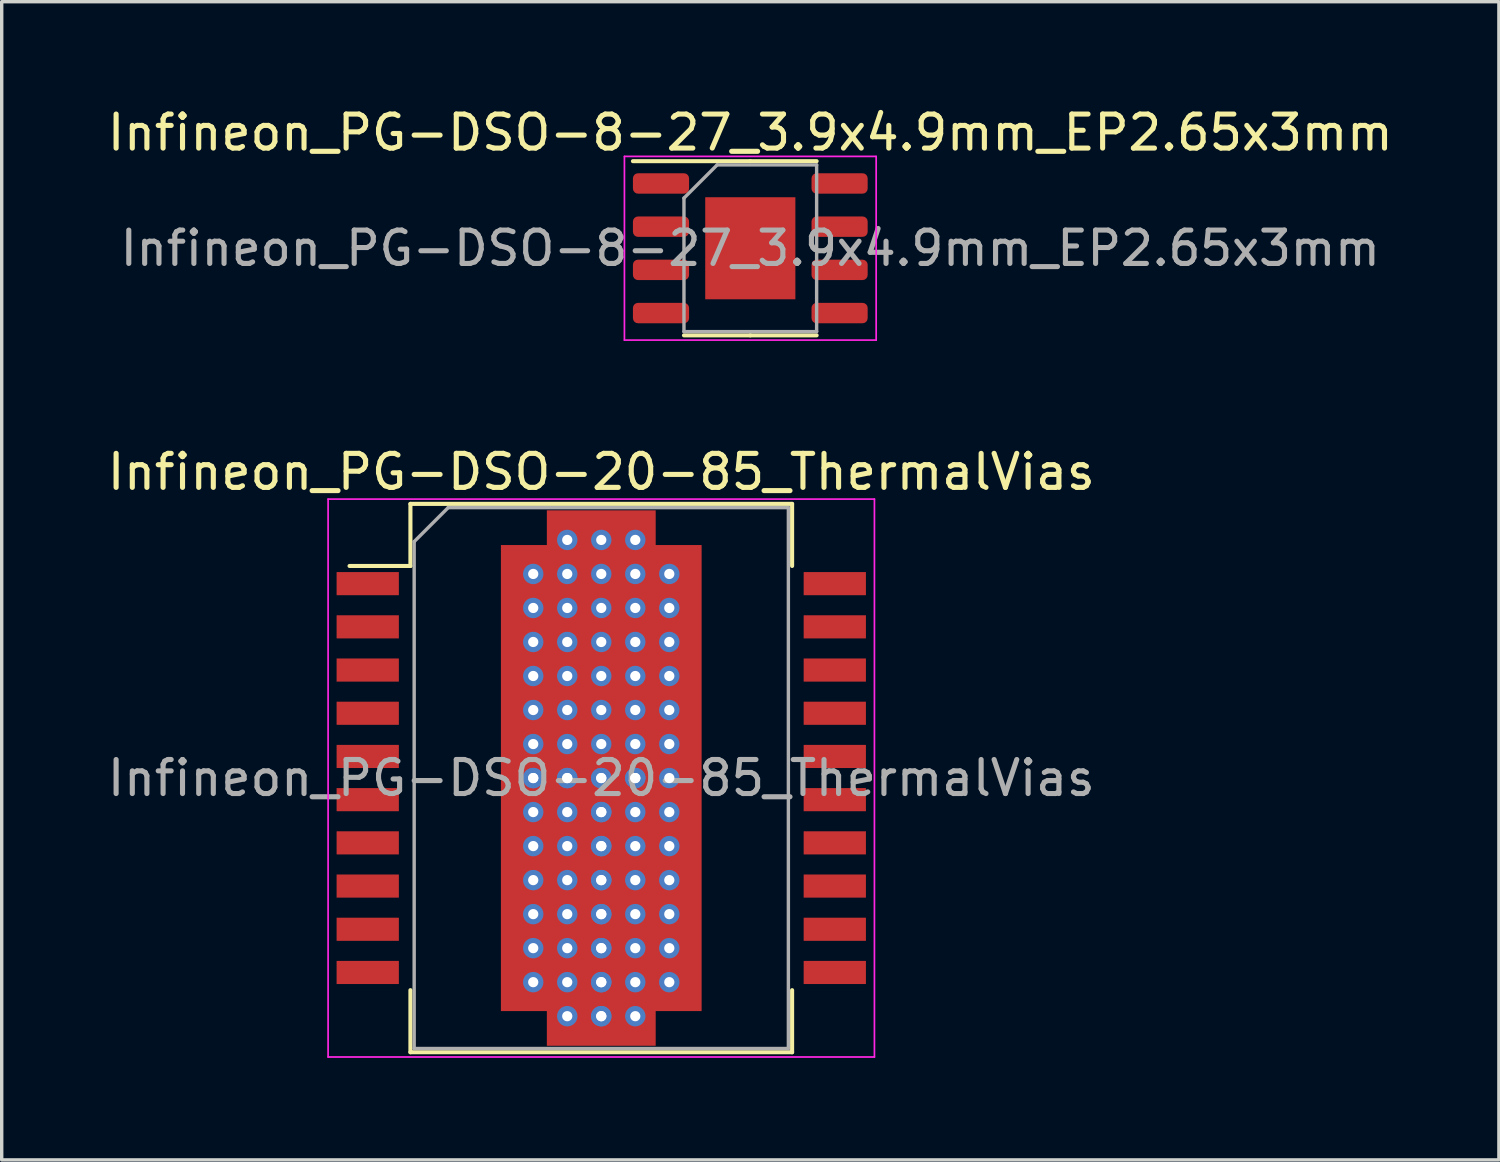
<source format=kicad_pcb>
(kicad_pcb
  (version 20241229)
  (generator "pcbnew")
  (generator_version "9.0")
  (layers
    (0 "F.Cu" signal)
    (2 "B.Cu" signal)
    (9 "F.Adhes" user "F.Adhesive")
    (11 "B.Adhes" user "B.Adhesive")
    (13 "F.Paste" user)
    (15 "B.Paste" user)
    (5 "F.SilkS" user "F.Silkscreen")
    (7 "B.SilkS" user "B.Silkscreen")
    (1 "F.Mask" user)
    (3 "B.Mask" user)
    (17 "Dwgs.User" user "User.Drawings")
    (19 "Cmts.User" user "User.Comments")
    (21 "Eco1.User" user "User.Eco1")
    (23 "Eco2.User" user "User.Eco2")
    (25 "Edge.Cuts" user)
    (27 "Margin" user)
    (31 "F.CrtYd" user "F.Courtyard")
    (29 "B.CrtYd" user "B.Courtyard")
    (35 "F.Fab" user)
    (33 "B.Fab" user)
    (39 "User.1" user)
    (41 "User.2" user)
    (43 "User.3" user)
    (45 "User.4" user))
  (footprint "Infineon_PG-DSO-20-85_ThermalVias"
    (layer "F.Cu")
    (at 14.625 19.822)
    (property "Reference" "Infineon_PG-DSO-20-85_ThermalVias" (at 0 -9 0) (layer "F.SilkS") (effects (font (size 1 1) (thickness 0.15))))
    (attr smd)
    (fp_line (start -7.4 -6.235) (end -5.61 -6.235) (stroke (width 0.12) (type solid)) (layer "F.SilkS"))
    (fp_line (start -5.61 -8.06) (end 5.61 -8.06) (stroke (width 0.12) (type solid)) (layer "F.SilkS"))
    (fp_line (start -5.61 -6.235) (end -5.61 -8.06) (stroke (width 0.12) (type solid)) (layer "F.SilkS"))
    (fp_line (start -5.61 6.235) (end -5.61 8.06) (stroke (width 0.12) (type solid)) (layer "F.SilkS"))
    (fp_line (start 5.61 -6.235) (end 5.61 -8.06) (stroke (width 0.12) (type solid)) (layer "F.SilkS"))
    (fp_line (start 5.61 6.235) (end 5.61 8.06) (stroke (width 0.12) (type solid)) (layer "F.SilkS"))
    (fp_line (start 5.61 8.06) (end -5.61 8.06) (stroke (width 0.12) (type solid)) (layer "F.SilkS"))
    (fp_line (start -8.03 -8.2) (end 8.03 -8.2) (stroke (width 0.05) (type solid)) (layer "F.CrtYd"))
    (fp_line (start -8.03 8.2) (end -8.03 -8.2) (stroke (width 0.05) (type solid)) (layer "F.CrtYd"))
    (fp_line (start -8.03 8.2) (end 8.03 8.2) (stroke (width 0.05) (type solid)) (layer "F.CrtYd"))
    (fp_line (start 8.03 8.2) (end 8.03 -8.2) (stroke (width 0.05) (type solid)) (layer "F.CrtYd"))
    (fp_line (start -5.5 -6.95) (end -4.5 -7.95) (stroke (width 0.1) (type solid)) (layer "F.Fab"))
    (fp_line (start -5.5 7.95) (end -5.5 -6.95) (stroke (width 0.1) (type solid)) (layer "F.Fab"))
    (fp_line (start -4.5 -7.95) (end 5.5 -7.95) (stroke (width 0.1) (type solid)) (layer "F.Fab"))
    (fp_line (start 5.5 -7.95) (end 5.5 7.95) (stroke (width 0.1) (type solid)) (layer "F.Fab"))
    (fp_line (start 5.5 7.95) (end -5.5 7.95) (stroke (width 0.1) (type solid)) (layer "F.Fab"))
    (fp_text user "${REFERENCE}" (at 0 0 0) (layer "F.Fab") (effects (font (size 1 1) (thickness 0.15))))
    (pad "" smd rect (at -1.4 -4.95) (size 2.4 2.8) (layers "F.Paste"))
    (pad "" smd rect (at -1.4 -1.65) (size 2.4 2.8) (layers "F.Paste"))
    (pad "" smd rect (at -1.4 1.65) (size 2.4 2.8) (layers "F.Paste"))
    (pad "" smd rect (at -1.4 4.95) (size 2.4 2.8) (layers "F.Paste"))
    (pad "" smd rect (at 0 -7.36) (size 3.2 1) (layers "F.Paste"))
    (pad "" smd rect (at 0 7.36) (size 3.2 1) (layers "F.Paste"))
    (pad "" smd rect (at 1.4 -4.95) (size 2.4 2.8) (layers "F.Paste"))
    (pad "" smd rect (at 1.4 -1.65) (size 2.4 2.8) (layers "F.Paste"))
    (pad "" smd rect (at 1.4 1.65) (size 2.4 2.8) (layers "F.Paste"))
    (pad "" smd rect (at 1.4 4.95) (size 2.4 2.8) (layers "F.Paste"))
    (pad "1" smd rect (at -6.865 -5.715) (size 1.83 0.68) (layers "F.Cu" "F.Mask" "F.Paste"))
    (pad "1" thru_hole circle (at -2 -6) (size 0.6 0.6) (drill 0.3) (layers "*.Cu" "*.Mask"))
    (pad "1" thru_hole circle (at -2 -5) (size 0.6 0.6) (drill 0.3) (layers "*.Cu" "*.Mask"))
    (pad "1" thru_hole circle (at -2 -4) (size 0.6 0.6) (drill 0.3) (layers "*.Cu" "*.Mask"))
    (pad "1" thru_hole circle (at -2 -3) (size 0.6 0.6) (drill 0.3) (layers "*.Cu" "*.Mask"))
    (pad "1" thru_hole circle (at -2 -2) (size 0.6 0.6) (drill 0.3) (layers "*.Cu" "*.Mask"))
    (pad "1" thru_hole circle (at -2 -1) (size 0.6 0.6) (drill 0.3) (layers "*.Cu" "*.Mask"))
    (pad "1" thru_hole circle (at -2 0) (size 0.6 0.6) (drill 0.3) (layers "*.Cu" "*.Mask"))
    (pad "1" thru_hole circle (at -2 0) (size 0.6 0.6) (drill 0.3) (layers "*.Cu" "*.Mask"))
    (pad "1" thru_hole circle (at -2 1) (size 0.6 0.6) (drill 0.3) (layers "*.Cu" "*.Mask"))
    (pad "1" thru_hole circle (at -2 2) (size 0.6 0.6) (drill 0.3) (layers "*.Cu" "*.Mask"))
    (pad "1" thru_hole circle (at -2 3) (size 0.6 0.6) (drill 0.3) (layers "*.Cu" "*.Mask"))
    (pad "1" thru_hole circle (at -2 4) (size 0.6 0.6) (drill 0.3) (layers "*.Cu" "*.Mask"))
    (pad "1" thru_hole circle (at -2 5) (size 0.6 0.6) (drill 0.3) (layers "*.Cu" "*.Mask"))
    (pad "1" thru_hole circle (at -2 6) (size 0.6 0.6) (drill 0.3) (layers "*.Cu" "*.Mask"))
    (pad "1" thru_hole circle (at -1 -7) (size 0.6 0.6) (drill 0.3) (layers "*.Cu" "*.Mask"))
    (pad "1" thru_hole circle (at -1 -6) (size 0.6 0.6) (drill 0.3) (layers "*.Cu" "*.Mask"))
    (pad "1" thru_hole circle (at -1 -5) (size 0.6 0.6) (drill 0.3) (layers "*.Cu" "*.Mask"))
    (pad "1" thru_hole circle (at -1 -4) (size 0.6 0.6) (drill 0.3) (layers "*.Cu" "*.Mask"))
    (pad "1" thru_hole circle (at -1 -3) (size 0.6 0.6) (drill 0.3) (layers "*.Cu" "*.Mask"))
    (pad "1" thru_hole circle (at -1 -2) (size 0.6 0.6) (drill 0.3) (layers "*.Cu" "*.Mask"))
    (pad "1" thru_hole circle (at -1 -1) (size 0.6 0.6) (drill 0.3) (layers "*.Cu" "*.Mask"))
    (pad "1" thru_hole circle (at -1 0) (size 0.6 0.6) (drill 0.3) (layers "*.Cu" "*.Mask"))
    (pad "1" thru_hole circle (at -1 0) (size 0.6 0.6) (drill 0.3) (layers "*.Cu" "*.Mask"))
    (pad "1" thru_hole circle (at -1 1) (size 0.6 0.6) (drill 0.3) (layers "*.Cu" "*.Mask"))
    (pad "1" thru_hole circle (at -1 2) (size 0.6 0.6) (drill 0.3) (layers "*.Cu" "*.Mask"))
    (pad "1" thru_hole circle (at -1 3) (size 0.6 0.6) (drill 0.3) (layers "*.Cu" "*.Mask"))
    (pad "1" thru_hole circle (at -1 4) (size 0.6 0.6) (drill 0.3) (layers "*.Cu" "*.Mask"))
    (pad "1" thru_hole circle (at -1 5) (size 0.6 0.6) (drill 0.3) (layers "*.Cu" "*.Mask"))
    (pad "1" thru_hole circle (at -1 6) (size 0.6 0.6) (drill 0.3) (layers "*.Cu" "*.Mask"))
    (pad "1" thru_hole circle (at -1 7) (size 0.6 0.6) (drill 0.3) (layers "*.Cu" "*.Mask"))
    (pad "1" thru_hole circle (at 0 -7) (size 0.6 0.6) (drill 0.3) (layers "*.Cu" "*.Mask"))
    (pad "1" thru_hole circle (at 0 -6) (size 0.6 0.6) (drill 0.3) (layers "*.Cu" "*.Mask"))
    (pad "1" thru_hole circle (at 0 -5) (size 0.6 0.6) (drill 0.3) (layers "*.Cu" "*.Mask"))
    (pad "1" thru_hole circle (at 0 -4) (size 0.6 0.6) (drill 0.3) (layers "*.Cu" "*.Mask"))
    (pad "1" thru_hole circle (at 0 -3) (size 0.6 0.6) (drill 0.3) (layers "*.Cu" "*.Mask"))
    (pad "1" thru_hole circle (at 0 -2) (size 0.6 0.6) (drill 0.3) (layers "*.Cu" "*.Mask"))
    (pad "1" thru_hole circle (at 0 -1) (size 0.6 0.6) (drill 0.3) (layers "*.Cu" "*.Mask"))
    (pad "1" thru_hole circle (at 0 0) (size 0.6 0.6) (drill 0.3) (layers "*.Cu" "*.Mask"))
    (pad "1" thru_hole circle (at 0 0) (size 0.6 0.6) (drill 0.3) (layers "*.Cu" "*.Mask"))
    (pad "1" thru_hole circle (at 0 1) (size 0.6 0.6) (drill 0.3) (layers "*.Cu" "*.Mask"))
    (pad "1" thru_hole circle (at 0 1) (size 0.6 0.6) (drill 0.3) (layers "*.Cu" "*.Mask"))
    (pad "1" thru_hole circle (at 0 2) (size 0.6 0.6) (drill 0.3) (layers "*.Cu" "*.Mask"))
    (pad "1" thru_hole circle (at 0 2) (size 0.6 0.6) (drill 0.3) (layers "*.Cu" "*.Mask"))
    (pad "1" thru_hole circle (at 0 3) (size 0.6 0.6) (drill 0.3) (layers "*.Cu" "*.Mask"))
    (pad "1" thru_hole circle (at 0 3) (size 0.6 0.6) (drill 0.3) (layers "*.Cu" "*.Mask"))
    (pad "1" thru_hole circle (at 0 4) (size 0.6 0.6) (drill 0.3) (layers "*.Cu" "*.Mask"))
    (pad "1" thru_hole circle (at 0 4) (size 0.6 0.6) (drill 0.3) (layers "*.Cu" "*.Mask"))
    (pad "1" thru_hole circle (at 0 5) (size 0.6 0.6) (drill 0.3) (layers "*.Cu" "*.Mask"))
    (pad "1" thru_hole circle (at 0 5) (size 0.6 0.6) (drill 0.3) (layers "*.Cu" "*.Mask"))
    (pad "1" thru_hole circle (at 0 6) (size 0.6 0.6) (drill 0.3) (layers "*.Cu" "*.Mask"))
    (pad "1" thru_hole circle (at 0 6) (size 0.6 0.6) (drill 0.3) (layers "*.Cu" "*.Mask"))
    (pad "1" thru_hole circle (at 0 7) (size 0.6 0.6) (drill 0.3) (layers "*.Cu" "*.Mask"))
    (pad "1" thru_hole circle (at 0 7) (size 0.6 0.6) (drill 0.3) (layers "*.Cu" "*.Mask"))
    (pad "1" thru_hole circle (at 1 -7) (size 0.6 0.6) (drill 0.3) (layers "*.Cu" "*.Mask"))
    (pad "1" thru_hole circle (at 1 -6) (size 0.6 0.6) (drill 0.3) (layers "*.Cu" "*.Mask"))
    (pad "1" thru_hole circle (at 1 -5) (size 0.6 0.6) (drill 0.3) (layers "*.Cu" "*.Mask"))
    (pad "1" thru_hole circle (at 1 -4) (size 0.6 0.6) (drill 0.3) (layers "*.Cu" "*.Mask"))
    (pad "1" thru_hole circle (at 1 -3) (size 0.6 0.6) (drill 0.3) (layers "*.Cu" "*.Mask"))
    (pad "1" thru_hole circle (at 1 -2) (size 0.6 0.6) (drill 0.3) (layers "*.Cu" "*.Mask"))
    (pad "1" thru_hole circle (at 1 -1) (size 0.6 0.6) (drill 0.3) (layers "*.Cu" "*.Mask"))
    (pad "1" thru_hole circle (at 1 0) (size 0.6 0.6) (drill 0.3) (layers "*.Cu" "*.Mask"))
    (pad "1" thru_hole circle (at 1 0) (size 0.6 0.6) (drill 0.3) (layers "*.Cu" "*.Mask"))
    (pad "1" thru_hole circle (at 1 1) (size 0.6 0.6) (drill 0.3) (layers "*.Cu" "*.Mask"))
    (pad "1" thru_hole circle (at 1 2) (size 0.6 0.6) (drill 0.3) (layers "*.Cu" "*.Mask"))
    (pad "1" thru_hole circle (at 1 3) (size 0.6 0.6) (drill 0.3) (layers "*.Cu" "*.Mask"))
    (pad "1" thru_hole circle (at 1 4) (size 0.6 0.6) (drill 0.3) (layers "*.Cu" "*.Mask"))
    (pad "1" thru_hole circle (at 1 5) (size 0.6 0.6) (drill 0.3) (layers "*.Cu" "*.Mask"))
    (pad "1" thru_hole circle (at 1 6) (size 0.6 0.6) (drill 0.3) (layers "*.Cu" "*.Mask"))
    (pad "1" thru_hole circle (at 1 7) (size 0.6 0.6) (drill 0.3) (layers "*.Cu" "*.Mask"))
    (pad "1" thru_hole circle (at 2 -6) (size 0.6 0.6) (drill 0.3) (layers "*.Cu" "*.Mask"))
    (pad "1" thru_hole circle (at 2 -5) (size 0.6 0.6) (drill 0.3) (layers "*.Cu" "*.Mask"))
    (pad "1" thru_hole circle (at 2 -4) (size 0.6 0.6) (drill 0.3) (layers "*.Cu" "*.Mask"))
    (pad "1" thru_hole circle (at 2 -3) (size 0.6 0.6) (drill 0.3) (layers "*.Cu" "*.Mask"))
    (pad "1" thru_hole circle (at 2 -2) (size 0.6 0.6) (drill 0.3) (layers "*.Cu" "*.Mask"))
    (pad "1" thru_hole circle (at 2 -1) (size 0.6 0.6) (drill 0.3) (layers "*.Cu" "*.Mask"))
    (pad "1" thru_hole circle (at 2 0) (size 0.6 0.6) (drill 0.3) (layers "*.Cu" "*.Mask"))
    (pad "1" thru_hole circle (at 2 1) (size 0.6 0.6) (drill 0.3) (layers "*.Cu" "*.Mask"))
    (pad "1" thru_hole circle (at 2 2) (size 0.6 0.6) (drill 0.3) (layers "*.Cu" "*.Mask"))
    (pad "1" thru_hole circle (at 2 3) (size 0.6 0.6) (drill 0.3) (layers "*.Cu" "*.Mask"))
    (pad "1" thru_hole circle (at 2 4) (size 0.6 0.6) (drill 0.3) (layers "*.Cu" "*.Mask"))
    (pad "1" thru_hole circle (at 2 5) (size 0.6 0.6) (drill 0.3) (layers "*.Cu" "*.Mask"))
    (pad "1" thru_hole circle (at 2 6) (size 0.6 0.6) (drill 0.3) (layers "*.Cu" "*.Mask"))
    (pad "2" smd rect (at -6.865 -4.445) (size 1.83 0.68) (layers "F.Cu" "F.Mask" "F.Paste"))
    (pad "3" smd rect (at -6.865 -3.175) (size 1.83 0.68) (layers "F.Cu" "F.Mask" "F.Paste"))
    (pad "4" smd rect (at -6.865 -1.905) (size 1.83 0.68) (layers "F.Cu" "F.Mask" "F.Paste"))
    (pad "5" smd rect (at -6.865 -0.635) (size 1.83 0.68) (layers "F.Cu" "F.Mask" "F.Paste"))
    (pad "6" smd rect (at -6.865 0.635) (size 1.83 0.68) (layers "F.Cu" "F.Mask" "F.Paste"))
    (pad "7" smd rect (at -6.865 1.905) (size 1.83 0.68) (layers "F.Cu" "F.Mask" "F.Paste"))
    (pad "8" smd rect (at -6.865 3.175) (size 1.83 0.68) (layers "F.Cu" "F.Mask" "F.Paste"))
    (pad "9" smd rect (at -6.865 4.445) (size 1.83 0.68) (layers "F.Cu" "F.Mask" "F.Paste"))
    (pad "10" smd rect (at -6.865 5.715) (size 1.83 0.68) (layers "F.Cu" "F.Mask" "F.Paste"))
    (pad "11" smd rect (at 6.865 5.715) (size 1.83 0.68) (layers "F.Cu" "F.Mask" "F.Paste"))
    (pad "12" smd rect (at 6.865 4.445) (size 1.83 0.68) (layers "F.Cu" "F.Mask" "F.Paste"))
    (pad "13" smd rect (at 6.865 3.175) (size 1.83 0.68) (layers "F.Cu" "F.Mask" "F.Paste"))
    (pad "14" smd rect (at 6.865 1.905) (size 1.83 0.68) (layers "F.Cu" "F.Mask" "F.Paste"))
    (pad "15" smd rect (at 6.865 0.635) (size 1.83 0.68) (layers "F.Cu" "F.Mask" "F.Paste"))
    (pad "16" smd rect (at 6.865 -0.635) (size 1.83 0.68) (layers "F.Cu" "F.Mask" "F.Paste"))
    (pad "17" smd rect (at 6.865 -1.905) (size 1.83 0.68) (layers "F.Cu" "F.Mask" "F.Paste"))
    (pad "18" smd rect (at 6.865 -3.175) (size 1.83 0.68) (layers "F.Cu" "F.Mask" "F.Paste"))
    (pad "19" smd rect (at 6.865 -4.445) (size 1.83 0.68) (layers "F.Cu" "F.Mask" "F.Paste"))
    (pad "20" smd rect (at 6.865 -5.715) (size 1.83 0.68) (layers "F.Cu" "F.Mask" "F.Paste"))
    (pad "21" smd custom (at 0 0) (size 5.9 13.7) (layers "F.Cu" "F.Mask") (options (anchor rect)) (primitives (gr_poly (pts (xy 1.6 7.87) (xy -1.6 7.87) (xy -1.6 -7.87) (xy 1.6 -7.87)) (width 0) (fill yes)))))
  (footprint "Infineon_PG-DSO-8-27_3.9x4.9mm_EP2.65x3mm"
    (layer "F.Cu")
    (at 19.006 4.248)
    (property "Reference" "Infineon_PG-DSO-8-27_3.9x4.9mm_EP2.65x3mm" (at 0 -3.4 0) (layer "F.SilkS") (effects (font (size 1 1) (thickness 0.15))))
    (attr smd)
    (fp_line (start 0 -2.56) (end -3.45 -2.56) (stroke (width 0.12) (type solid)) (layer "F.SilkS"))
    (fp_line (start 0 -2.56) (end 1.95 -2.56) (stroke (width 0.12) (type solid)) (layer "F.SilkS"))
    (fp_line (start 0 2.56) (end -1.95 2.56) (stroke (width 0.12) (type solid)) (layer "F.SilkS"))
    (fp_line (start 0 2.56) (end 1.95 2.56) (stroke (width 0.12) (type solid)) (layer "F.SilkS"))
    (fp_line (start -3.7 -2.7) (end -3.7 2.7) (stroke (width 0.05) (type solid)) (layer "F.CrtYd"))
    (fp_line (start -3.7 2.7) (end 3.7 2.7) (stroke (width 0.05) (type solid)) (layer "F.CrtYd"))
    (fp_line (start 3.7 -2.7) (end -3.7 -2.7) (stroke (width 0.05) (type solid)) (layer "F.CrtYd"))
    (fp_line (start 3.7 2.7) (end 3.7 -2.7) (stroke (width 0.05) (type solid)) (layer "F.CrtYd"))
    (fp_line (start -1.95 -1.475) (end -0.975 -2.45) (stroke (width 0.1) (type solid)) (layer "F.Fab"))
    (fp_line (start -1.95 2.45) (end -1.95 -1.475) (stroke (width 0.1) (type solid)) (layer "F.Fab"))
    (fp_line (start -0.975 -2.45) (end 1.95 -2.45) (stroke (width 0.1) (type solid)) (layer "F.Fab"))
    (fp_line (start 1.95 -2.45) (end 1.95 2.45) (stroke (width 0.1) (type solid)) (layer "F.Fab"))
    (fp_line (start 1.95 2.45) (end -1.95 2.45) (stroke (width 0.1) (type solid)) (layer "F.Fab"))
    (fp_text user "${REFERENCE}" (at 0 0 0) (layer "F.Fab") (effects (font (size 0.98 0.98) (thickness 0.15))))
    (pad "" smd roundrect (at -0.66 -0.75) (size 1.07 1.21) (layers "F.Paste") (roundrect_rratio 0.234))
    (pad "" smd roundrect (at -0.66 0.75) (size 1.07 1.21) (layers "F.Paste") (roundrect_rratio 0.234))
    (pad "" smd roundrect (at 0.66 -0.75) (size 1.07 1.21) (layers "F.Paste") (roundrect_rratio 0.234))
    (pad "" smd roundrect (at 0.66 0.75) (size 1.07 1.21) (layers "F.Paste") (roundrect_rratio 0.234))
    (pad "1" smd roundrect (at -2.625 -1.905) (size 1.65 0.6) (layers "F.Cu" "F.Mask" "F.Paste") (roundrect_rratio 0.25))
    (pad "2" smd roundrect (at -2.625 -0.635) (size 1.65 0.6) (layers "F.Cu" "F.Mask" "F.Paste") (roundrect_rratio 0.25))
    (pad "3" smd roundrect (at -2.625 0.635) (size 1.65 0.6) (layers "F.Cu" "F.Mask" "F.Paste") (roundrect_rratio 0.25))
    (pad "4" smd roundrect (at -2.625 1.905) (size 1.65 0.6) (layers "F.Cu" "F.Mask" "F.Paste") (roundrect_rratio 0.25))
    (pad "5" smd roundrect (at 2.625 1.905) (size 1.65 0.6) (layers "F.Cu" "F.Mask" "F.Paste") (roundrect_rratio 0.25))
    (pad "6" smd roundrect (at 2.625 0.635) (size 1.65 0.6) (layers "F.Cu" "F.Mask" "F.Paste") (roundrect_rratio 0.25))
    (pad "7" smd roundrect (at 2.625 -0.635) (size 1.65 0.6) (layers "F.Cu" "F.Mask" "F.Paste") (roundrect_rratio 0.25))
    (pad "8" smd roundrect (at 2.625 -1.905) (size 1.65 0.6) (layers "F.Cu" "F.Mask" "F.Paste") (roundrect_rratio 0.25))
    (pad "9" smd rect (at 0 0) (size 2.65 3) (layers "F.Cu" "F.Mask")))
  (gr_rect
    (start -3 -3)
    (end 41.012 31.047)
    (stroke (width 0.1) (type default))
    (fill no)
    (layer "Edge.Cuts")))
</source>
